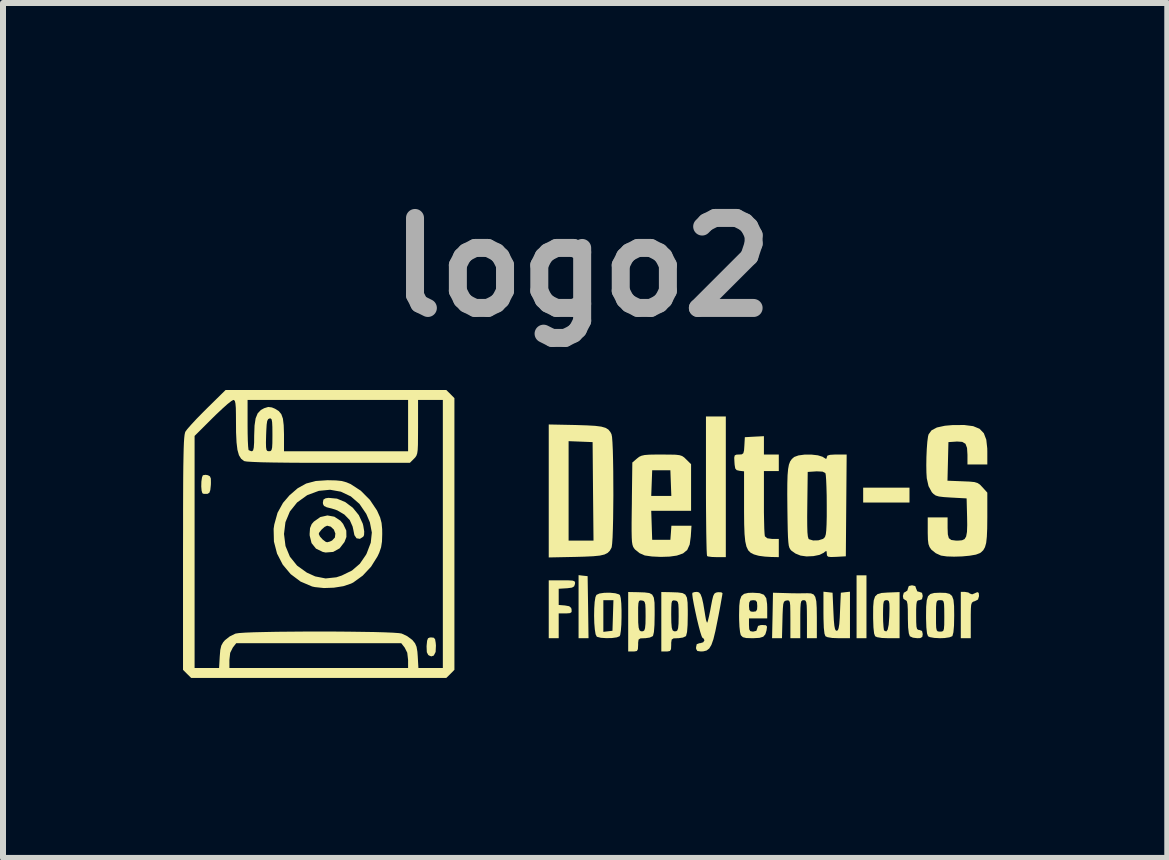
<source format=kicad_pcb>
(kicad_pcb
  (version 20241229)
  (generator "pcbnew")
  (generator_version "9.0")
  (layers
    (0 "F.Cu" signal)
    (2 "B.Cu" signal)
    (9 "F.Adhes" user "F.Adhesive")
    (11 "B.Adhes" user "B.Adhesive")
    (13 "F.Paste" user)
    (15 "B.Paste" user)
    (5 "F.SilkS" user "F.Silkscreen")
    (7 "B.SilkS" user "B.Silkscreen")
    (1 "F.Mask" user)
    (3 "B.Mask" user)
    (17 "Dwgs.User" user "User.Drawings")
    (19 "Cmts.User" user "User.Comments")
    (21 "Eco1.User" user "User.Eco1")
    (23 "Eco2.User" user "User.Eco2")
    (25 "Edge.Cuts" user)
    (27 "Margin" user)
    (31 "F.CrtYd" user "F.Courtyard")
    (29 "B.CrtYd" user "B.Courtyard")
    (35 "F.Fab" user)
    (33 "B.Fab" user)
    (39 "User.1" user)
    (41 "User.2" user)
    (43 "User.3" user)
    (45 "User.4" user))
  (footprint "logo2"
    (layer "F.Cu")
    (at 7.033 5.849)
    (property "Reference" "logo2" (at -0.381 -4.445 0) (layer "F.Fab") (effects (font (size 1.5 1.5) (thickness 0.3))))
    (attr board_only exclude_from_pos_files exclude_from_bom)
    (fp_poly (pts (xy -0.365 0.695) (xy -0.29 0.703) (xy -0.282 1.22) (xy -0.275 1.737) (xy -0.358 1.737) (xy -0.441 1.737) (xy -0.441 1.212) (xy -0.441 0.686)) (stroke (width 0) (type solid)) (fill yes) (layer "F.SilkS"))
    (fp_poly (pts (xy 4.357 1.213) (xy 4.357 1.737) (xy 4.275 1.737) (xy 4.192 1.737) (xy 4.192 1.213) (xy 4.192 0.689) (xy 4.275 0.689) (xy 4.357 0.689)) (stroke (width 0) (type solid)) (fill yes) (layer "F.SilkS"))
    (fp_poly (pts (xy 5.074 -0.648) (xy 5.074 -0.524) (xy 4.688 -0.524) (xy 4.302 -0.524) (xy 4.302 -0.648) (xy 4.302 -0.772) (xy 4.688 -0.772) (xy 5.074 -0.772)) (stroke (width 0) (type solid)) (fill yes) (layer "F.SilkS"))
    (fp_poly (pts (xy -2.854 1.729) (xy -2.832 1.754) (xy -2.822 1.813) (xy -2.818 1.859) (xy -2.823 1.966) (xy -2.854 2.026) (xy -2.896 2.04) (xy -2.928 2.027) (xy -2.946 2.017) (xy -2.97 1.97) (xy -2.974 1.873) (xy -2.973 1.859) (xy -2.965 1.778) (xy -2.95 1.738) (xy -2.919 1.725) (xy -2.896 1.724)) (stroke (width 0) (type solid)) (fill yes) (layer "F.SilkS"))
    (fp_poly (pts (xy 2.013 -0.786) (xy 2.013 0.386) (xy 1.866 0.386) (xy 1.78 0.383) (xy 1.719 0.375) (xy 1.701 0.368) (xy 1.697 0.337) (xy 1.693 0.257) (xy 1.69 0.134) (xy 1.687 -0.028) (xy 1.685 -0.22) (xy 1.683 -0.439) (xy 1.682 -0.679) (xy 1.682 -0.804) (xy 1.682 -1.958) (xy 1.848 -1.958) (xy 2.013 -1.958)) (stroke (width 0) (type solid)) (fill yes) (layer "F.SilkS"))
    (fp_poly (pts (xy -6.617 -0.979) (xy -6.584 -0.96) (xy -6.569 -0.923) (xy -6.568 -0.852) (xy -6.569 -0.818) (xy -6.578 -0.732) (xy -6.594 -0.687) (xy -6.625 -0.669) (xy -6.634 -0.668) (xy -6.689 -0.669) (xy -6.71 -0.679) (xy -6.723 -0.72) (xy -6.729 -0.791) (xy -6.727 -0.872) (xy -6.717 -0.942) (xy -6.702 -0.979) (xy -6.701 -0.979) (xy -6.655 -0.986)) (stroke (width 0) (type solid)) (fill yes) (layer "F.SilkS"))
    (fp_poly (pts (xy 6.055 0.975) (xy 6.081 0.993) (xy 6.118 1.006) (xy 6.15 0.993) (xy 6.205 0.969) (xy 6.228 0.982) (xy 6.233 1.034) (xy 6.216 1.092) (xy 6.164 1.119) (xy 6.134 1.129) (xy 6.114 1.146) (xy 6.102 1.181) (xy 6.097 1.244) (xy 6.095 1.345) (xy 6.095 1.437) (xy 6.095 1.737) (xy 6.012 1.737) (xy 5.929 1.737) (xy 5.929 1.351) (xy 5.929 0.965) (xy 5.997 0.965)) (stroke (width 0) (type solid)) (fill yes) (layer "F.SilkS"))
    (fp_poly (pts (xy -4.467 -0.589) (xy -4.328 -0.531) (xy -4.203 -0.437) (xy -4.103 -0.314) (xy -4.038 -0.173) (xy -4.029 -0.138) (xy -4.013 -0.041) (xy -4.016 0.019) (xy -4.029 0.045) (xy -4.085 0.081) (xy -4.141 0.072) (xy -4.176 0.021) (xy -4.178 0.014) (xy -4.195 -0.071) (xy -4.207 -0.125) (xy -4.254 -0.231) (xy -4.344 -0.324) (xy -4.463 -0.394) (xy -4.55 -0.423) (xy -4.638 -0.445) (xy -4.683 -0.467) (xy -4.7 -0.499) (xy -4.702 -0.525) (xy -4.693 -0.573) (xy -4.656 -0.595) (xy -4.608 -0.602)) (stroke (width 0) (type solid)) (fill yes) (layer "F.SilkS"))
    (fp_poly (pts (xy 4.082 1.35) (xy 4.082 1.737) (xy 3.894 1.737) (xy 3.787 1.733) (xy 3.708 1.72) (xy 3.673 1.704) (xy 3.657 1.66) (xy 3.646 1.563) (xy 3.641 1.414) (xy 3.64 1.316) (xy 3.64 0.962) (xy 3.716 0.97) (xy 3.792 0.979) (xy 3.806 1.296) (xy 3.813 1.437) (xy 3.822 1.53) (xy 3.833 1.585) (xy 3.848 1.61) (xy 3.861 1.613) (xy 3.88 1.604) (xy 3.893 1.569) (xy 3.904 1.501) (xy 3.912 1.391) (xy 3.916 1.296) (xy 3.93 0.979) (xy 4.006 0.97) (xy 4.082 0.962)) (stroke (width 0) (type solid)) (fill yes) (layer "F.SilkS"))
    (fp_poly (pts (xy -0.605 0.773) (xy -0.54 0.777) (xy -0.508 0.789) (xy -0.499 0.81) (xy -0.501 0.834) (xy -0.515 0.873) (xy -0.551 0.894) (xy -0.626 0.904) (xy -0.641 0.905) (xy -0.772 0.913) (xy -0.772 1.048) (xy -0.772 1.183) (xy -0.669 1.191) (xy -0.597 1.204) (xy -0.564 1.233) (xy -0.557 1.262) (xy -0.557 1.301) (xy -0.583 1.319) (xy -0.648 1.324) (xy -0.66 1.324) (xy -0.772 1.324) (xy -0.772 1.531) (xy -0.772 1.737) (xy -0.855 1.737) (xy -0.938 1.737) (xy -0.938 1.255) (xy -0.938 0.772) (xy -0.715 0.772)) (stroke (width 0) (type solid)) (fill yes) (layer "F.SilkS"))
    (fp_poly (pts (xy -4.511 -0.288) (xy -4.409 -0.221) (xy -4.365 -0.168) (xy -4.312 -0.057) (xy -4.31 0.05) (xy -4.342 0.134) (xy -4.423 0.239) (xy -4.531 0.299) (xy -4.656 0.309) (xy -4.704 0.299) (xy -4.817 0.244) (xy -4.891 0.152) (xy -4.922 0.027) (xy -4.923 0) (xy -4.771 0) (xy -4.751 0.042) (xy -4.706 0.092) (xy -4.656 0.13) (xy -4.631 0.138) (xy -4.585 0.126) (xy -4.549 0.109) (xy -4.502 0.059) (xy -4.494 -0.007) (xy -4.519 -0.073) (xy -4.571 -0.122) (xy -4.631 -0.138) (xy -4.674 -0.118) (xy -4.724 -0.073) (xy -4.763 -0.024) (xy -4.771 0) (xy -4.923 0) (xy -4.923 -0.002) (xy -4.916 -0.098) (xy -4.889 -0.164) (xy -4.853 -0.206) (xy -4.745 -0.282) (xy -4.626 -0.309)) (stroke (width 0) (type solid)) (fill yes) (layer "F.SilkS"))
    (fp_poly (pts (xy 0.172 0.988) (xy 0.234 1.007) (xy 0.249 1.02) (xy 0.262 1.069) (xy 0.271 1.156) (xy 0.275 1.268) (xy 0.275 1.39) (xy 0.272 1.509) (xy 0.264 1.611) (xy 0.253 1.682) (xy 0.243 1.704) (xy 0.196 1.723) (xy 0.115 1.734) (xy 0.02 1.736) (xy -0.069 1.73) (xy -0.132 1.714) (xy -0.138 1.71) (xy -0.157 1.672) (xy -0.17 1.592) (xy -0.179 1.485) (xy -0.182 1.363) (xy -0.18 1.242) (xy -0.173 1.134) (xy -0.168 1.103) (xy -0.028 1.103) (xy -0.028 1.367) (xy -0.028 1.631) (xy 0.048 1.622) (xy 0.124 1.613) (xy 0.132 1.358) (xy 0.14 1.103) (xy 0.056 1.103) (xy -0.028 1.103) (xy -0.168 1.103) (xy -0.16 1.053) (xy -0.143 1.015) (xy -0.093 0.992) (xy -0.011 0.98) (xy 0.084 0.979)) (stroke (width 0) (type solid)) (fill yes) (layer "F.SilkS"))
    (fp_poly (pts (xy 4.909 1.353) (xy 4.909 1.737) (xy 4.721 1.737) (xy 4.614 1.733) (xy 4.535 1.72) (xy 4.501 1.704) (xy 4.484 1.657) (xy 4.473 1.556) (xy 4.468 1.404) (xy 4.468 1.363) (xy 4.468 1.347) (xy 4.633 1.347) (xy 4.635 1.458) (xy 4.641 1.547) (xy 4.648 1.601) (xy 4.652 1.609) (xy 4.686 1.625) (xy 4.71 1.595) (xy 4.727 1.515) (xy 4.737 1.383) (xy 4.738 1.356) (xy 4.741 1.237) (xy 4.739 1.163) (xy 4.731 1.123) (xy 4.715 1.106) (xy 4.689 1.103) (xy 4.663 1.107) (xy 4.646 1.126) (xy 4.637 1.171) (xy 4.634 1.252) (xy 4.633 1.347) (xy 4.468 1.347) (xy 4.469 1.212) (xy 4.478 1.107) (xy 4.501 1.04) (xy 4.542 1.002) (xy 4.609 0.983) (xy 4.707 0.976) (xy 4.733 0.975) (xy 4.909 0.968)) (stroke (width 0) (type solid)) (fill yes) (layer "F.SilkS"))
    (fp_poly (pts (xy -0.49 -1.816) (xy -0.303 -1.81) (xy -0.163 -1.802) (xy -0.062 -1.789) (xy 0.008 -1.769) (xy 0.056 -1.74) (xy 0.089 -1.699) (xy 0.108 -1.662) (xy 0.117 -1.616) (xy 0.124 -1.523) (xy 0.13 -1.391) (xy 0.134 -1.229) (xy 0.137 -1.045) (xy 0.138 -0.848) (xy 0.139 -0.645) (xy 0.137 -0.445) (xy 0.135 -0.257) (xy 0.131 -0.087) (xy 0.126 0.054) (xy 0.119 0.159) (xy 0.111 0.22) (xy 0.108 0.228) (xy 0.081 0.278) (xy 0.044 0.315) (xy -0.009 0.342) (xy -0.086 0.36) (xy -0.197 0.371) (xy -0.349 0.378) (xy -0.49 0.382) (xy -0.938 0.391) (xy -0.938 -0.717) (xy -0.938 -1.547) (xy -0.607 -1.547) (xy -0.607 -0.718) (xy -0.607 0.11) (xy -0.399 0.11) (xy -0.192 0.11) (xy -0.2 -0.71) (xy -0.207 -1.531) (xy -0.407 -1.539) (xy -0.607 -1.547) (xy -0.938 -1.547) (xy -0.938 -1.825)) (stroke (width 0) (type solid)) (fill yes) (layer "F.SilkS"))
    (fp_poly (pts (xy 5.17 0.868) (xy 5.185 0.91) (xy 5.204 0.956) (xy 5.24 0.965) (xy 5.283 0.981) (xy 5.295 1.034) (xy 5.282 1.088) (xy 5.24 1.103) (xy 5.214 1.107) (xy 5.197 1.127) (xy 5.189 1.172) (xy 5.185 1.253) (xy 5.185 1.351) (xy 5.186 1.469) (xy 5.19 1.543) (xy 5.2 1.582) (xy 5.218 1.597) (xy 5.24 1.6) (xy 5.283 1.616) (xy 5.295 1.669) (xy 5.287 1.716) (xy 5.253 1.735) (xy 5.204 1.737) (xy 5.131 1.728) (xy 5.081 1.705) (xy 5.08 1.704) (xy 5.063 1.657) (xy 5.051 1.558) (xy 5.047 1.411) (xy 5.047 1.387) (xy 5.046 1.256) (xy 5.041 1.172) (xy 5.031 1.124) (xy 5.016 1.105) (xy 5.006 1.103) (xy 4.972 1.079) (xy 4.964 1.034) (xy 4.979 0.979) (xy 5.006 0.965) (xy 5.039 0.942) (xy 5.047 0.91) (xy 5.063 0.867) (xy 5.116 0.855)) (stroke (width 0) (type solid)) (fill yes) (layer "F.SilkS"))
    (fp_poly (pts (xy 2.979 0.984) (xy 3.116 0.988) (xy 3.223 0.989) (xy 3.325 0.988) (xy 3.371 0.987) (xy 3.432 0.99) (xy 3.476 1.008) (xy 3.504 1.049) (xy 3.521 1.121) (xy 3.528 1.232) (xy 3.53 1.39) (xy 3.53 1.396) (xy 3.53 1.737) (xy 3.447 1.737) (xy 3.365 1.737) (xy 3.365 1.42) (xy 3.364 1.284) (xy 3.361 1.194) (xy 3.354 1.14) (xy 3.342 1.113) (xy 3.323 1.104) (xy 3.309 1.103) (xy 3.286 1.107) (xy 3.27 1.123) (xy 3.261 1.161) (xy 3.256 1.232) (xy 3.254 1.343) (xy 3.254 1.42) (xy 3.254 1.737) (xy 3.172 1.737) (xy 3.089 1.737) (xy 3.089 1.418) (xy 3.088 1.282) (xy 3.086 1.192) (xy 3.08 1.138) (xy 3.068 1.113) (xy 3.049 1.106) (xy 3.027 1.108) (xy 3 1.115) (xy 2.982 1.132) (xy 2.97 1.169) (xy 2.964 1.237) (xy 2.959 1.344) (xy 2.957 1.427) (xy 2.949 1.737) (xy 2.867 1.737) (xy 2.784 1.737) (xy 2.792 1.358) (xy 2.799 0.979)) (stroke (width 0) (type solid)) (fill yes) (layer "F.SilkS"))
    (fp_poly (pts (xy 0.545 0.97) (xy 0.659 0.974) (xy 0.737 0.984) (xy 0.786 1.01) (xy 0.813 1.061) (xy 0.825 1.145) (xy 0.827 1.272) (xy 0.827 1.345) (xy 0.824 1.517) (xy 0.815 1.634) (xy 0.8 1.697) (xy 0.794 1.704) (xy 0.746 1.726) (xy 0.671 1.737) (xy 0.656 1.737) (xy 0.589 1.74) (xy 0.559 1.76) (xy 0.552 1.811) (xy 0.552 1.848) (xy 0.548 1.919) (xy 0.531 1.95) (xy 0.487 1.958) (xy 0.469 1.958) (xy 0.386 1.958) (xy 0.386 1.463) (xy 0.386 1.345) (xy 0.552 1.345) (xy 0.553 1.475) (xy 0.56 1.559) (xy 0.575 1.605) (xy 0.599 1.622) (xy 0.633 1.621) (xy 0.654 1.607) (xy 0.667 1.569) (xy 0.674 1.496) (xy 0.676 1.379) (xy 0.676 1.365) (xy 0.675 1.247) (xy 0.671 1.173) (xy 0.66 1.133) (xy 0.642 1.115) (xy 0.614 1.108) (xy 0.584 1.107) (xy 0.566 1.119) (xy 0.556 1.155) (xy 0.552 1.226) (xy 0.552 1.341) (xy 0.552 1.345) (xy 0.386 1.345) (xy 0.386 0.967)) (stroke (width 0) (type solid)) (fill yes) (layer "F.SilkS"))
    (fp_poly (pts (xy 1.096 0.97) (xy 1.21 0.974) (xy 1.288 0.984) (xy 1.338 1.01) (xy 1.365 1.061) (xy 1.376 1.145) (xy 1.379 1.272) (xy 1.379 1.345) (xy 1.376 1.517) (xy 1.367 1.634) (xy 1.351 1.697) (xy 1.346 1.704) (xy 1.298 1.726) (xy 1.223 1.737) (xy 1.208 1.737) (xy 1.141 1.74) (xy 1.111 1.76) (xy 1.103 1.811) (xy 1.103 1.848) (xy 1.1 1.919) (xy 1.082 1.95) (xy 1.038 1.958) (xy 1.02 1.958) (xy 0.938 1.958) (xy 0.938 1.463) (xy 0.938 1.345) (xy 1.103 1.345) (xy 1.105 1.475) (xy 1.112 1.559) (xy 1.126 1.605) (xy 1.151 1.622) (xy 1.185 1.621) (xy 1.205 1.607) (xy 1.218 1.569) (xy 1.225 1.496) (xy 1.227 1.379) (xy 1.227 1.365) (xy 1.226 1.247) (xy 1.222 1.173) (xy 1.212 1.133) (xy 1.193 1.115) (xy 1.165 1.108) (xy 1.136 1.107) (xy 1.117 1.119) (xy 1.108 1.155) (xy 1.104 1.226) (xy 1.103 1.341) (xy 1.103 1.345) (xy 0.938 1.345) (xy 0.938 0.967)) (stroke (width 0) (type solid)) (fill yes) (layer "F.SilkS"))
    (fp_poly (pts (xy 2.648 -1.477) (xy 2.648 -1.324) (xy 2.772 -1.324) (xy 2.896 -1.324) (xy 2.896 -1.186) (xy 2.896 -1.048) (xy 2.772 -1.048) (xy 2.648 -1.048) (xy 2.648 -0.526) (xy 2.648 -0.36) (xy 2.651 -0.211) (xy 2.654 -0.088) (xy 2.659 -0.002) (xy 2.664 0.039) (xy 2.664 0.039) (xy 2.705 0.072) (xy 2.788 0.083) (xy 2.896 0.083) (xy 2.896 0.234) (xy 2.896 0.386) (xy 2.765 0.383) (xy 2.665 0.377) (xy 2.572 0.365) (xy 2.549 0.36) (xy 2.48 0.34) (xy 2.427 0.313) (xy 2.386 0.272) (xy 2.357 0.211) (xy 2.337 0.123) (xy 2.325 0.002) (xy 2.319 -0.159) (xy 2.317 -0.366) (xy 2.317 -0.466) (xy 2.317 -1.044) (xy 2.241 -1.053) (xy 2.194 -1.064) (xy 2.17 -1.092) (xy 2.16 -1.153) (xy 2.157 -1.193) (xy 2.153 -1.272) (xy 2.162 -1.31) (xy 2.192 -1.323) (xy 2.231 -1.324) (xy 2.279 -1.327) (xy 2.305 -1.346) (xy 2.317 -1.394) (xy 2.322 -1.469) (xy 2.33 -1.613) (xy 2.489 -1.622) (xy 2.648 -1.63)) (stroke (width 0) (type solid)) (fill yes) (layer "F.SilkS"))
    (fp_poly (pts (xy 1.566 0.974) (xy 1.592 1.004) (xy 1.615 1.064) (xy 1.637 1.161) (xy 1.661 1.303) (xy 1.67 1.36) (xy 1.683 1.433) (xy 1.697 1.473) (xy 1.704 1.477) (xy 1.715 1.444) (xy 1.733 1.371) (xy 1.754 1.27) (xy 1.763 1.22) (xy 1.785 1.105) (xy 1.803 1.033) (xy 1.823 0.994) (xy 1.849 0.977) (xy 1.883 0.97) (xy 1.937 0.972) (xy 1.958 0.986) (xy 1.953 1.021) (xy 1.939 1.1) (xy 1.919 1.213) (xy 1.893 1.35) (xy 1.876 1.436) (xy 1.839 1.619) (xy 1.806 1.754) (xy 1.773 1.848) (xy 1.737 1.908) (xy 1.693 1.942) (xy 1.639 1.956) (xy 1.597 1.958) (xy 1.539 1.95) (xy 1.518 1.916) (xy 1.517 1.889) (xy 1.528 1.837) (xy 1.573 1.82) (xy 1.586 1.82) (xy 1.636 1.805) (xy 1.657 1.772) (xy 1.641 1.74) (xy 1.625 1.732) (xy 1.61 1.704) (xy 1.587 1.633) (xy 1.56 1.532) (xy 1.531 1.413) (xy 1.504 1.289) (xy 1.48 1.172) (xy 1.462 1.073) (xy 1.454 1.005) (xy 1.456 0.98) (xy 1.492 0.968) (xy 1.533 0.965)) (stroke (width 0) (type solid)) (fill yes) (layer "F.SilkS"))
    (fp_poly (pts (xy 2.576 0.986) (xy 2.648 1.013) (xy 2.687 1.07) (xy 2.701 1.166) (xy 2.703 1.231) (xy 2.703 1.407) (xy 2.551 1.407) (xy 2.399 1.407) (xy 2.399 1.517) (xy 2.403 1.588) (xy 2.421 1.619) (xy 2.462 1.627) (xy 2.468 1.627) (xy 2.522 1.614) (xy 2.537 1.572) (xy 2.55 1.532) (xy 2.596 1.518) (xy 2.623 1.517) (xy 2.682 1.521) (xy 2.7 1.545) (xy 2.692 1.605) (xy 2.672 1.672) (xy 2.637 1.712) (xy 2.574 1.731) (xy 2.471 1.737) (xy 2.449 1.737) (xy 2.353 1.734) (xy 2.297 1.72) (xy 2.267 1.691) (xy 2.262 1.684) (xy 2.25 1.634) (xy 2.24 1.545) (xy 2.235 1.43) (xy 2.234 1.358) (xy 2.237 1.207) (xy 2.237 1.2) (xy 2.399 1.2) (xy 2.405 1.265) (xy 2.428 1.292) (xy 2.468 1.296) (xy 2.515 1.289) (xy 2.534 1.257) (xy 2.537 1.2) (xy 2.532 1.134) (xy 2.509 1.108) (xy 2.468 1.103) (xy 2.422 1.11) (xy 2.403 1.143) (xy 2.399 1.2) (xy 2.237 1.2) (xy 2.248 1.102) (xy 2.273 1.035) (xy 2.317 0.998) (xy 2.385 0.982) (xy 2.462 0.979)) (stroke (width 0) (type solid)) (fill yes) (layer "F.SilkS"))
    (fp_poly (pts (xy 5.678 0.982) (xy 5.742 0.998) (xy 5.783 1.033) (xy 5.807 1.098) (xy 5.817 1.201) (xy 5.819 1.349) (xy 5.819 1.363) (xy 5.816 1.527) (xy 5.806 1.639) (xy 5.79 1.699) (xy 5.786 1.704) (xy 5.741 1.722) (xy 5.66 1.734) (xy 5.585 1.737) (xy 5.488 1.732) (xy 5.414 1.719) (xy 5.383 1.704) (xy 5.366 1.657) (xy 5.355 1.556) (xy 5.35 1.404) (xy 5.35 1.365) (xy 5.516 1.365) (xy 5.516 1.487) (xy 5.519 1.563) (xy 5.528 1.605) (xy 5.545 1.623) (xy 5.573 1.627) (xy 5.585 1.627) (xy 5.617 1.625) (xy 5.637 1.613) (xy 5.648 1.58) (xy 5.653 1.515) (xy 5.654 1.409) (xy 5.654 1.365) (xy 5.653 1.244) (xy 5.65 1.167) (xy 5.641 1.125) (xy 5.624 1.107) (xy 5.596 1.103) (xy 5.585 1.103) (xy 5.553 1.105) (xy 5.533 1.117) (xy 5.522 1.151) (xy 5.517 1.215) (xy 5.516 1.321) (xy 5.516 1.365) (xy 5.35 1.365) (xy 5.35 1.363) (xy 5.352 1.211) (xy 5.362 1.105) (xy 5.383 1.037) (xy 5.423 1) (xy 5.486 0.983) (xy 5.576 0.979) (xy 5.585 0.979)) (stroke (width 0) (type solid)) (fill yes) (layer "F.SilkS"))
    (fp_poly (pts (xy 1.081 -1.323) (xy 1.178 -1.321) (xy 1.242 -1.313) (xy 1.285 -1.299) (xy 1.319 -1.276) (xy 1.353 -1.243) (xy 1.434 -1.163) (xy 1.434 -0.774) (xy 1.434 -0.386) (xy 1.102 -0.386) (xy 0.77 -0.386) (xy 0.778 -0.145) (xy 0.786 0.097) (xy 0.938 0.097) (xy 1.089 0.097) (xy 1.098 -0.021) (xy 1.106 -0.138) (xy 1.273 -0.138) (xy 1.441 -0.138) (xy 1.429 0.042) (xy 1.411 0.175) (xy 1.37 0.266) (xy 1.3 0.324) (xy 1.197 0.36) (xy 1.077 0.377) (xy 0.93 0.382) (xy 0.782 0.375) (xy 0.662 0.358) (xy 0.576 0.32) (xy 0.503 0.261) (xy 0.502 0.261) (xy 0.483 0.237) (xy 0.468 0.212) (xy 0.457 0.178) (xy 0.449 0.128) (xy 0.445 0.057) (xy 0.443 -0.045) (xy 0.443 -0.183) (xy 0.445 -0.365) (xy 0.447 -0.502) (xy 0.448 -0.634) (xy 0.77 -0.634) (xy 0.938 -0.634) (xy 1.105 -0.634) (xy 1.097 -0.848) (xy 1.089 -1.062) (xy 0.938 -1.062) (xy 0.786 -1.062) (xy 0.778 -0.848) (xy 0.77 -0.634) (xy 0.448 -0.634) (xy 0.455 -1.191) (xy 0.532 -1.257) (xy 0.569 -1.286) (xy 0.608 -1.304) (xy 0.661 -1.316) (xy 0.739 -1.322) (xy 0.855 -1.324) (xy 0.941 -1.324)) (stroke (width 0) (type solid)) (fill yes) (layer "F.SilkS"))
    (fp_poly (pts (xy -4.485 -0.893) (xy -4.388 -0.883) (xy -4.309 -0.861) (xy -4.24 -0.832) (xy -4.07 -0.721) (xy -3.919 -0.569) (xy -3.801 -0.393) (xy -3.792 -0.374) (xy -3.748 -0.275) (xy -3.724 -0.184) (xy -3.714 -0.079) (xy -3.713 0) (xy -3.717 0.126) (xy -3.732 0.222) (xy -3.763 0.313) (xy -3.792 0.374) (xy -3.899 0.545) (xy -4.038 0.694) (xy -4.195 0.808) (xy -4.233 0.827) (xy -4.361 0.87) (xy -4.519 0.895) (xy -4.685 0.901) (xy -4.836 0.885) (xy -4.882 0.875) (xy -5.074 0.793) (xy -5.239 0.669) (xy -5.371 0.511) (xy -5.466 0.327) (xy -5.518 0.126) (xy -5.521 0) (xy -5.35 0) (xy -5.325 0.201) (xy -5.252 0.378) (xy -5.132 0.527) (xy -4.969 0.644) (xy -4.83 0.707) (xy -4.657 0.741) (xy -4.478 0.722) (xy -4.389 0.693) (xy -4.217 0.609) (xy -4.086 0.496) (xy -3.983 0.346) (xy -3.972 0.324) (xy -3.904 0.145) (xy -3.886 -0.024) (xy -3.919 -0.195) (xy -3.979 -0.335) (xy -4.093 -0.502) (xy -4.236 -0.626) (xy -4.402 -0.705) (xy -4.582 -0.737) (xy -4.769 -0.719) (xy -4.956 -0.65) (xy -4.967 -0.644) (xy -5.132 -0.525) (xy -5.252 -0.375) (xy -5.326 -0.197) (xy -5.35 0) (xy -5.521 0) (xy -5.523 -0.085) (xy -5.512 -0.158) (xy -5.458 -0.353) (xy -5.367 -0.518) (xy -5.258 -0.645) (xy -5.121 -0.763) (xy -4.98 -0.841) (xy -4.821 -0.883) (xy -4.627 -0.896) (xy -4.619 -0.896)) (stroke (width 0) (type solid)) (fill yes) (layer "F.SilkS"))
    (fp_poly (pts (xy 4.02 -0.476) (xy 4.013 0.372) (xy 3.854 0.381) (xy 3.765 0.384) (xy 3.717 0.378) (xy 3.699 0.358) (xy 3.696 0.328) (xy 3.692 0.286) (xy 3.671 0.29) (xy 3.645 0.313) (xy 3.575 0.348) (xy 3.472 0.369) (xy 3.357 0.374) (xy 3.258 0.36) (xy 3.174 0.326) (xy 3.106 0.278) (xy 3.088 0.257) (xy 3.073 0.231) (xy 3.062 0.193) (xy 3.055 0.136) (xy 3.049 0.052) (xy 3.045 -0.065) (xy 3.042 -0.223) (xy 3.041 -0.285) (xy 3.369 -0.285) (xy 3.37 -0.135) (xy 3.373 -0.029) (xy 3.38 0.04) (xy 3.391 0.078) (xy 3.398 0.087) (xy 3.468 0.108) (xy 3.555 0.106) (xy 3.63 0.083) (xy 3.652 0.067) (xy 3.668 0.043) (xy 3.68 0.003) (xy 3.687 -0.062) (xy 3.692 -0.159) (xy 3.695 -0.295) (xy 3.695 -0.478) (xy 3.694 -0.64) (xy 3.69 -0.785) (xy 3.685 -0.902) (xy 3.679 -0.982) (xy 3.672 -1.015) (xy 3.625 -1.039) (xy 3.527 -1.044) (xy 3.514 -1.043) (xy 3.378 -1.034) (xy 3.371 -0.485) (xy 3.369 -0.285) (xy 3.041 -0.285) (xy 3.039 -0.429) (xy 3.039 -0.433) (xy 3.037 -0.661) (xy 3.038 -0.841) (xy 3.042 -0.979) (xy 3.051 -1.082) (xy 3.065 -1.157) (xy 3.086 -1.211) (xy 3.114 -1.25) (xy 3.15 -1.281) (xy 3.154 -1.284) (xy 3.223 -1.309) (xy 3.326 -1.323) (xy 3.441 -1.323) (xy 3.547 -1.311) (xy 3.625 -1.287) (xy 3.634 -1.281) (xy 3.679 -1.253) (xy 3.694 -1.26) (xy 3.696 -1.281) (xy 3.707 -1.306) (xy 3.749 -1.319) (xy 3.831 -1.324) (xy 3.861 -1.324) (xy 4.027 -1.324)) (stroke (width 0) (type solid)) (fill yes) (layer "F.SilkS"))
    (fp_poly (pts (xy 6.135 -1.797) (xy 6.242 -1.753) (xy 6.313 -1.679) (xy 6.354 -1.571) (xy 6.37 -1.426) (xy 6.371 -1.372) (xy 6.371 -1.158) (xy 6.205 -1.158) (xy 6.04 -1.158) (xy 6.04 -1.32) (xy 6.033 -1.434) (xy 6.007 -1.503) (xy 5.953 -1.535) (xy 5.864 -1.541) (xy 5.842 -1.539) (xy 5.723 -1.531) (xy 5.715 -1.209) (xy 5.707 -0.888) (xy 5.958 -0.878) (xy 6.078 -0.873) (xy 6.157 -0.865) (xy 6.209 -0.849) (xy 6.248 -0.823) (xy 6.288 -0.781) (xy 6.29 -0.779) (xy 6.371 -0.689) (xy 6.371 -0.277) (xy 6.369 -0.091) (xy 6.363 0.048) (xy 6.352 0.149) (xy 6.332 0.22) (xy 6.304 0.27) (xy 6.264 0.308) (xy 6.247 0.319) (xy 6.181 0.344) (xy 6.077 0.362) (xy 5.95 0.374) (xy 5.817 0.378) (xy 5.695 0.374) (xy 5.599 0.36) (xy 5.513 0.321) (xy 5.441 0.263) (xy 5.44 0.263) (xy 5.409 0.219) (xy 5.39 0.168) (xy 5.381 0.095) (xy 5.378 -0.015) (xy 5.378 -0.043) (xy 5.378 -0.276) (xy 5.543 -0.276) (xy 5.709 -0.276) (xy 5.709 -0.099) (xy 5.713 0.007) (xy 5.73 0.07) (xy 5.771 0.1) (xy 5.846 0.11) (xy 5.887 0.11) (xy 5.949 0.105) (xy 5.992 0.085) (xy 6.018 0.042) (xy 6.032 -0.034) (xy 6.036 -0.149) (xy 6.034 -0.28) (xy 6.026 -0.593) (xy 5.768 -0.607) (xy 5.645 -0.615) (xy 5.564 -0.625) (xy 5.511 -0.641) (xy 5.474 -0.667) (xy 5.446 -0.696) (xy 5.391 -0.798) (xy 5.362 -0.928) (xy 5.356 -1.022) (xy 5.354 -1.145) (xy 5.356 -1.281) (xy 5.362 -1.416) (xy 5.371 -1.536) (xy 5.383 -1.625) (xy 5.392 -1.66) (xy 5.441 -1.727) (xy 5.531 -1.775) (xy 5.665 -1.804) (xy 5.792 -1.815) (xy 5.987 -1.816)) (stroke (width 0) (type solid)) (fill yes) (layer "F.SilkS"))
    (fp_poly (pts (xy -2.577 -2.332) (xy -2.51 -2.264) (xy -2.51 0) (xy -2.51 2.264) (xy -2.577 2.332) (xy -2.645 2.399) (xy -4.771 2.399) (xy -6.897 2.399) (xy -6.965 2.332) (xy -7.033 2.264) (xy -7.033 2.234) (xy -6.84 2.234) (xy -6.636 2.234) (xy -6.432 2.234) (xy -6.26 2.234) (xy -4.771 2.234) (xy -3.282 2.234) (xy -3.282 2.1) (xy -3.296 1.979) (xy -3.339 1.893) (xy -3.396 1.82) (xy -4.771 1.82) (xy -6.146 1.82) (xy -6.203 1.893) (xy -6.247 1.981) (xy -6.26 2.1) (xy -6.26 2.234) (xy -6.432 2.234) (xy -6.421 2.042) (xy -6.412 1.933) (xy -6.395 1.86) (xy -6.365 1.806) (xy -6.334 1.77) (xy -6.254 1.707) (xy -6.161 1.661) (xy -6.152 1.659) (xy -6.098 1.651) (xy -5.996 1.644) (xy -5.852 1.638) (xy -5.674 1.634) (xy -5.469 1.63) (xy -5.243 1.628) (xy -5.004 1.626) (xy -4.758 1.626) (xy -4.512 1.626) (xy -4.274 1.628) (xy -4.05 1.631) (xy -3.847 1.634) (xy -3.673 1.639) (xy -3.533 1.645) (xy -3.436 1.652) (xy -3.39 1.659) (xy -3.298 1.702) (xy -3.214 1.764) (xy -3.208 1.77) (xy -3.166 1.822) (xy -3.141 1.88) (xy -3.127 1.962) (xy -3.121 2.042) (xy -3.11 2.234) (xy -2.906 2.234) (xy -2.703 2.234) (xy -2.703 0) (xy -2.703 -2.234) (xy -2.91 -2.234) (xy -3.116 -2.234) (xy -3.116 -1.778) (xy -3.117 -1.609) (xy -3.118 -1.487) (xy -3.122 -1.401) (xy -3.13 -1.344) (xy -3.143 -1.306) (xy -3.161 -1.278) (xy -3.184 -1.254) (xy -3.252 -1.186) (xy -4.606 -1.186) (xy -4.967 -1.186) (xy -5.273 -1.188) (xy -5.525 -1.191) (xy -5.725 -1.195) (xy -5.873 -1.201) (xy -5.969 -1.207) (xy -6.015 -1.215) (xy -6.016 -1.216) (xy -6.065 -1.254) (xy -6.101 -1.313) (xy -6.126 -1.402) (xy -6.141 -1.526) (xy -6.149 -1.693) (xy -6.15 -1.833) (xy -6.151 -1.991) (xy -6.153 -2.102) (xy -6.159 -2.173) (xy -6.168 -2.214) (xy -6.182 -2.231) (xy -6.194 -2.234) (xy -5.957 -2.234) (xy -5.957 -1.825) (xy -5.956 -1.68) (xy -5.953 -1.555) (xy -5.948 -1.46) (xy -5.942 -1.406) (xy -5.939 -1.397) (xy -5.897 -1.38) (xy -5.883 -1.379) (xy -5.865 -1.393) (xy -5.854 -1.439) (xy -5.848 -1.524) (xy -5.651 -1.524) (xy -5.649 -1.446) (xy -5.642 -1.402) (xy -5.627 -1.383) (xy -5.603 -1.379) (xy -5.599 -1.379) (xy -5.574 -1.382) (xy -5.558 -1.4) (xy -5.548 -1.441) (xy -5.544 -1.515) (xy -5.543 -1.634) (xy -5.543 -1.657) (xy -5.544 -1.783) (xy -5.548 -1.863) (xy -5.556 -1.908) (xy -5.571 -1.925) (xy -5.592 -1.925) (xy -5.614 -1.914) (xy -5.63 -1.883) (xy -5.639 -1.823) (xy -5.645 -1.723) (xy -5.648 -1.648) (xy -5.651 -1.524) (xy -5.848 -1.524) (xy -5.848 -1.525) (xy -5.847 -1.642) (xy -5.841 -1.807) (xy -5.823 -1.927) (xy -5.789 -2.01) (xy -5.736 -2.066) (xy -5.681 -2.096) (xy -5.613 -2.117) (xy -5.552 -2.109) (xy -5.499 -2.087) (xy -5.437 -2.048) (xy -5.395 -1.997) (xy -5.368 -1.922) (xy -5.355 -1.813) (xy -5.35 -1.661) (xy -5.35 -1.639) (xy -5.35 -1.379) (xy -4.316 -1.379) (xy -3.282 -1.379) (xy -3.282 -1.806) (xy -3.282 -2.234) (xy -4.619 -2.234) (xy -5.957 -2.234) (xy -6.194 -2.234) (xy -6.228 -2.215) (xy -6.293 -2.164) (xy -6.38 -2.086) (xy -6.482 -1.99) (xy -6.539 -1.934) (xy -6.84 -1.634) (xy -6.84 0.3) (xy -6.84 2.234) (xy -7.033 2.234) (xy -7.033 0.317) (xy -7.032 -0.067) (xy -7.032 -0.4) (xy -7.031 -0.686) (xy -7.03 -0.927) (xy -7.028 -1.127) (xy -7.025 -1.291) (xy -7.022 -1.422) (xy -7.018 -1.523) (xy -7.013 -1.598) (xy -7.007 -1.652) (xy -7 -1.686) (xy -6.994 -1.704) (xy -6.961 -1.749) (xy -6.896 -1.823) (xy -6.807 -1.919) (xy -6.702 -2.026) (xy -6.639 -2.089) (xy -6.324 -2.399) (xy -4.485 -2.399) (xy -2.645 -2.399)) (stroke (width 0) (type solid)) (fill yes) (layer "F.SilkS")))
  (gr_rect
    (start -3 -3)
    (end 16.403 11.248)
    (stroke (width 0.1) (type default))
    (fill no)
    (layer "Edge.Cuts")))
</source>
